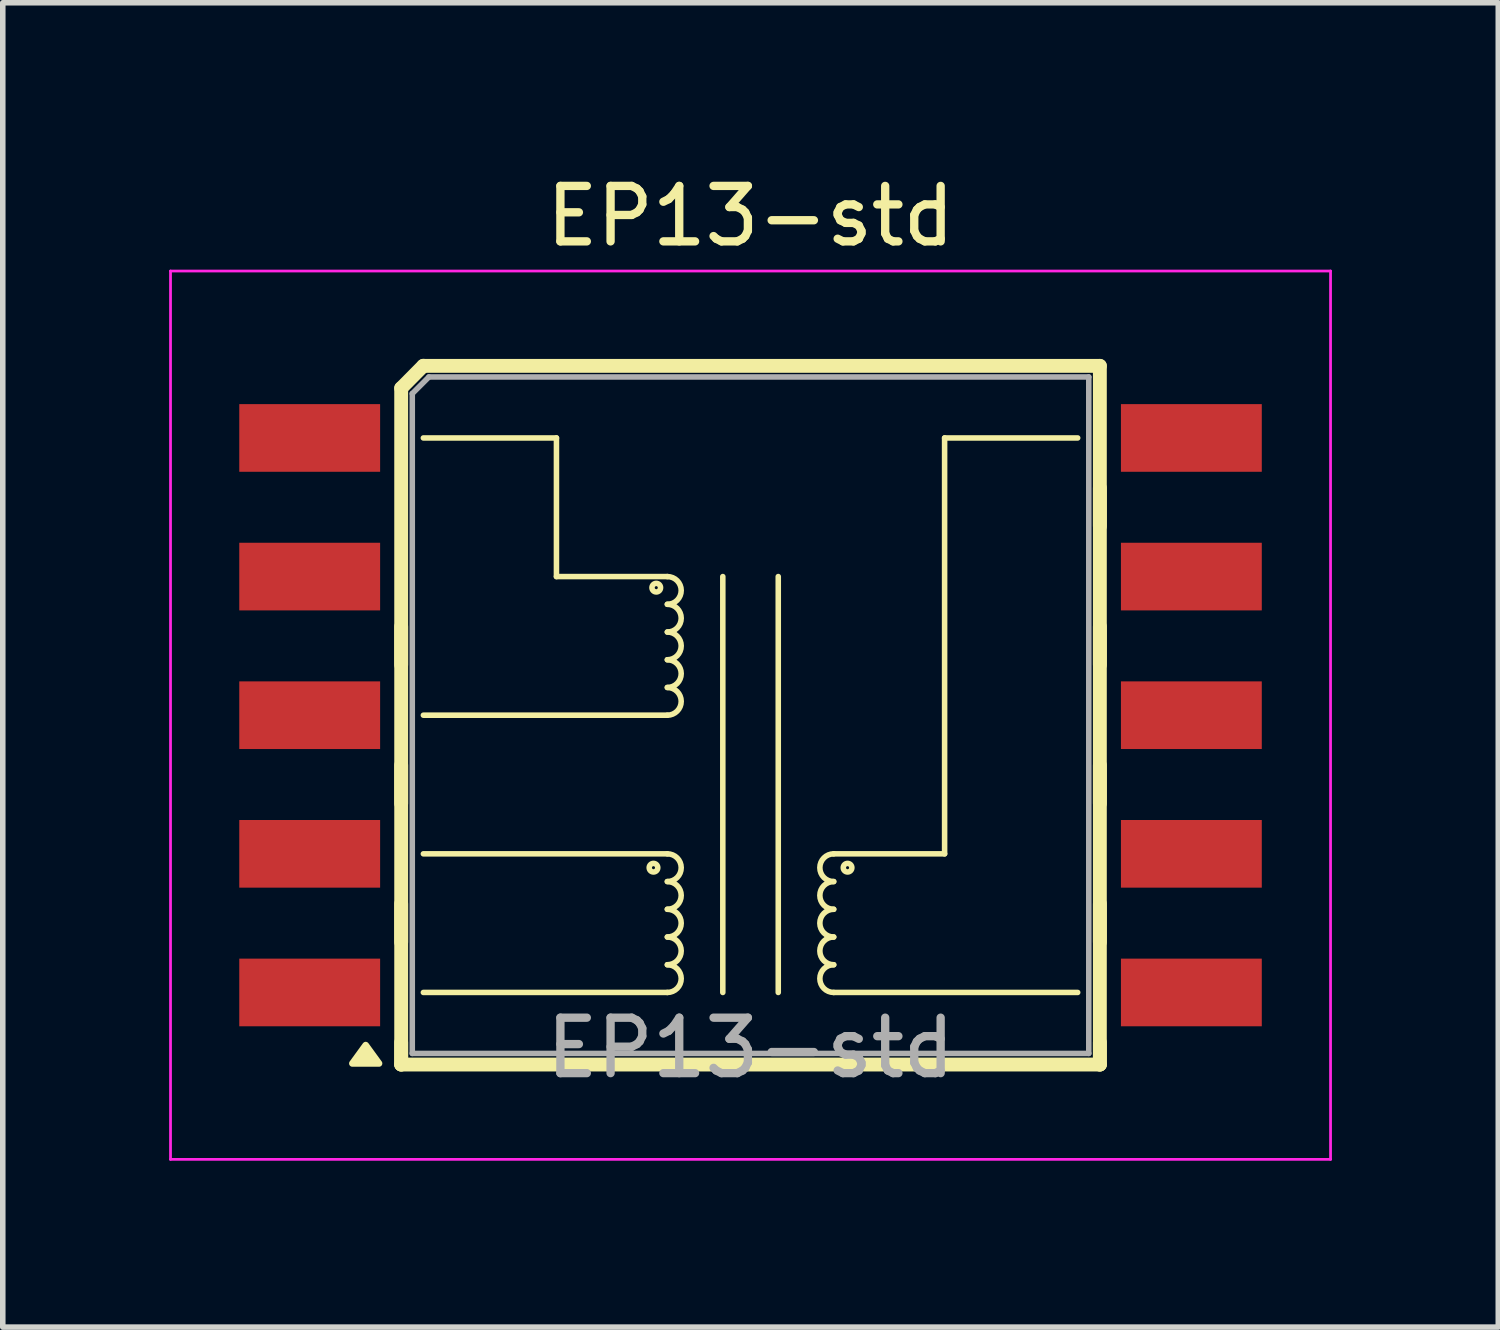
<source format=kicad_pcb>
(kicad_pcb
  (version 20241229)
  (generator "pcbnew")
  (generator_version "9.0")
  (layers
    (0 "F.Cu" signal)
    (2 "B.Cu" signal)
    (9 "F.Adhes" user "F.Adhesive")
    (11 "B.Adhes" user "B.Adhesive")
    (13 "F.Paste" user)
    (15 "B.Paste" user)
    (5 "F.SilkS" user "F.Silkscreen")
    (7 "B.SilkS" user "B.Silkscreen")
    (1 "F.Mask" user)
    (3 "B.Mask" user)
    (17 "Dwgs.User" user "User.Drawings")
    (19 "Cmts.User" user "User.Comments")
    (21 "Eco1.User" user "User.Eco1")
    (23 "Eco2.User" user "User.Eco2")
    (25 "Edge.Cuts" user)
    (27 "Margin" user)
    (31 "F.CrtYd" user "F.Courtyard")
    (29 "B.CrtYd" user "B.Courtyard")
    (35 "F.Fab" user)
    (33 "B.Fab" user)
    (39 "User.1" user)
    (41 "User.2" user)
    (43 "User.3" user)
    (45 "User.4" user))
  (footprint "EP13-std"
    (layer "F.Cu")
    (at 10.485 9.848)
    (property "Reference" "EP13-std" (at 0 -9 0) (layer "F.SilkS") (effects (font (size 1 1) (thickness 0.15))))
    (attr smd)
    (fp_line (start -6.3 -0.907) (end -6.3 -1.6) (stroke (width 0.25) (type solid)) (layer "F.SilkS"))
    (fp_line (start -6.3 1.593) (end -6.3 0.9) (stroke (width 0.25) (type solid)) (layer "F.SilkS"))
    (fp_line (start -6.3 4.093) (end -6.3 3.4) (stroke (width 0.25) (type solid)) (layer "F.SilkS"))
    (fp_line (start -6.3 6.3) (end -6.3 -5.898) (stroke (width 0.25) (type solid)) (layer "F.SilkS"))
    (fp_line (start -6.3 6.3) (end -6.3 5.9) (stroke (width 0.25) (type solid)) (layer "F.SilkS"))
    (fp_line (start -5.9 -6.302) (end -6.3 -5.898) (stroke (width 0.25) (type solid)) (layer "F.SilkS"))
    (fp_line (start -5.9 -6.3) (end 6.3 -6.3) (stroke (width 0.25) (type solid)) (layer "F.SilkS"))
    (fp_line (start -5.9 -5) (end -3.5 -5) (stroke (width 0.1) (type default)) (layer "F.SilkS"))
    (fp_line (start -3.5 -5) (end -3.5 -2.5) (stroke (width 0.1) (type default)) (layer "F.SilkS"))
    (fp_line (start -1.5 -2.5) (end -3.5 -2.5) (stroke (width 0.1) (type default)) (layer "F.SilkS"))
    (fp_line (start -1.5 0) (end -5.9 0) (stroke (width 0.1) (type default)) (layer "F.SilkS"))
    (fp_line (start -1.5 2.5) (end -5.9 2.5) (stroke (width 0.1) (type default)) (layer "F.SilkS"))
    (fp_line (start -1.5 5) (end -5.9 5) (stroke (width 0.1) (type default)) (layer "F.SilkS"))
    (fp_line (start -0.5 -2.5) (end -0.5 5) (stroke (width 0.1) (type default)) (layer "F.SilkS"))
    (fp_line (start 0.5 -2.5) (end 0.5 5) (stroke (width 0.1) (type default)) (layer "F.SilkS"))
    (fp_line (start 3.5 -5) (end 3.5 2.5) (stroke (width 0.1) (type default)) (layer "F.SilkS"))
    (fp_line (start 3.5 2.5) (end 1.5 2.5) (stroke (width 0.1) (type default)) (layer "F.SilkS"))
    (fp_line (start 5.9 -5) (end 3.5 -5) (stroke (width 0.1) (type default)) (layer "F.SilkS"))
    (fp_line (start 5.9 5) (end 1.5 5) (stroke (width 0.1) (type default)) (layer "F.SilkS"))
    (fp_line (start 6.3 -3.408) (end 6.3 -4.1) (stroke (width 0.25) (type solid)) (layer "F.SilkS"))
    (fp_line (start 6.3 -0.907) (end 6.3 -1.6) (stroke (width 0.25) (type solid)) (layer "F.SilkS"))
    (fp_line (start 6.3 1.593) (end 6.3 0.9) (stroke (width 0.25) (type solid)) (layer "F.SilkS"))
    (fp_line (start 6.3 4.093) (end 6.3 3.4) (stroke (width 0.25) (type solid)) (layer "F.SilkS"))
    (fp_line (start 6.3 5.9) (end 6.3 6.3) (stroke (width 0.25) (type solid)) (layer "F.SilkS"))
    (fp_line (start 6.3 6.3) (end -6.3 6.3) (stroke (width 0.25) (type solid)) (layer "F.SilkS"))
    (fp_line (start 6.3 6.3) (end 6.3 -6.3) (stroke (width 0.25) (type solid)) (layer "F.SilkS"))
    (fp_arc (start -1.5 -2.5) (mid -1.25 -2.25) (end -1.5 -2) (stroke (width 0.1) (type default)) (layer "F.SilkS"))
    (fp_arc (start -1.5 -2) (mid -1.25 -1.75) (end -1.5 -1.5) (stroke (width 0.1) (type default)) (layer "F.SilkS"))
    (fp_arc (start -1.5 -1.5) (mid -1.25 -1.25) (end -1.5 -1) (stroke (width 0.1) (type default)) (layer "F.SilkS"))
    (fp_arc (start -1.5 -1) (mid -1.25 -0.75) (end -1.5 -0.5) (stroke (width 0.1) (type default)) (layer "F.SilkS"))
    (fp_arc (start -1.5 -0.5) (mid -1.25 -0.25) (end -1.5 0) (stroke (width 0.1) (type default)) (layer "F.SilkS"))
    (fp_arc (start -1.5 2.5) (mid -1.25 2.75) (end -1.5 3) (stroke (width 0.1) (type default)) (layer "F.SilkS"))
    (fp_arc (start -1.5 3) (mid -1.25 3.25) (end -1.5 3.5) (stroke (width 0.1) (type default)) (layer "F.SilkS"))
    (fp_arc (start -1.5 3.5) (mid -1.25 3.75) (end -1.5 4) (stroke (width 0.1) (type default)) (layer "F.SilkS"))
    (fp_arc (start -1.5 4) (mid -1.25 4.25) (end -1.5 4.5) (stroke (width 0.1) (type default)) (layer "F.SilkS"))
    (fp_arc (start -1.5 4.5) (mid -1.25 4.75) (end -1.5 5) (stroke (width 0.1) (type default)) (layer "F.SilkS"))
    (fp_arc (start 1.5 2.999999) (mid 1.250001 2.75) (end 1.5 2.5) (stroke (width 0.1) (type default)) (layer "F.SilkS"))
    (fp_arc (start 1.5 3.5) (mid 1.25 3.25) (end 1.5 2.999999) (stroke (width 0.1) (type default)) (layer "F.SilkS"))
    (fp_arc (start 1.5 4) (mid 1.250001 3.750001) (end 1.5 3.5) (stroke (width 0.1) (type default)) (layer "F.SilkS"))
    (fp_arc (start 1.5 4.500001) (mid 1.249999 4.25) (end 1.5 4) (stroke (width 0.1) (type default)) (layer "F.SilkS"))
    (fp_arc (start 1.5 5) (mid 1.25 4.75) (end 1.5 4.500001) (stroke (width 0.1) (type default)) (layer "F.SilkS"))
    (fp_circle (center -1.75 2.75) (end -1.759 2.827) (stroke (width 0.1) (type default)) (fill no) (layer "F.SilkS"))
    (fp_circle (center -1.7 -2.3) (end -1.709 -2.223) (stroke (width 0.1) (type default)) (fill no) (layer "F.SilkS"))
    (fp_circle (center 1.75 2.75) (end 1.759 2.673) (stroke (width 0.1) (type default)) (fill no) (layer "F.SilkS"))
    (fp_poly (pts (xy -6.94 5.95) (xy -6.7 6.28) (xy -7.18 6.28) (xy -6.94 5.95)) (stroke (width 0.12) (type solid)) (fill yes) (layer "F.SilkS"))
    (fp_line (start -10.46 -8.01) (end -10.46 8.01) (stroke (width 0.05) (type solid)) (layer "F.CrtYd"))
    (fp_line (start -10.46 8.01) (end 10.46 8.01) (stroke (width 0.05) (type solid)) (layer "F.CrtYd"))
    (fp_line (start 10.46 -8.01) (end -10.46 -8.01) (stroke (width 0.05) (type solid)) (layer "F.CrtYd"))
    (fp_line (start 10.46 -8.01) (end 10.46 8.01) (stroke (width 0.05) (type solid)) (layer "F.CrtYd"))
    (fp_line (start -6.1 -5.8) (end -6.1 6.1) (stroke (width 0.1) (type solid)) (layer "F.Fab"))
    (fp_line (start -6.1 -5.8) (end -5.8 -6.1) (stroke (width 0.1) (type solid)) (layer "F.Fab"))
    (fp_line (start -6.1 6.1) (end 6.1 6.1) (stroke (width 0.1) (type solid)) (layer "F.Fab"))
    (fp_line (start -5.8 -6.1) (end 6.1 -6.1) (stroke (width 0.1) (type solid)) (layer "F.Fab"))
    (fp_line (start 6.1 6.1) (end 6.1 -6.1) (stroke (width 0.1) (type solid)) (layer "F.Fab"))
    (fp_text user "${REFERENCE}" (at 0 6 180) (layer "F.Fab") (effects (font (size 1 1) (thickness 0.15))))
    (pad "1" smd rect (at -7.95 5 180) (size 2.54 1.22) (layers "F.Cu" "F.Mask" "F.Paste"))
    (pad "2" smd rect (at -7.95 2.5 180) (size 2.54 1.22) (layers "F.Cu" "F.Mask" "F.Paste"))
    (pad "3" smd rect (at -7.95 0 180) (size 2.54 1.22) (layers "F.Cu" "F.Mask" "F.Paste"))
    (pad "4" smd rect (at -7.95 -2.5 180) (size 2.54 1.22) (layers "F.Cu" "F.Mask" "F.Paste"))
    (pad "5" smd rect (at -7.95 -5 180) (size 2.54 1.22) (layers "F.Cu" "F.Mask" "F.Paste"))
    (pad "6" smd rect (at 7.95 -5 180) (size 2.54 1.22) (layers "F.Cu" "F.Mask" "F.Paste"))
    (pad "7" smd rect (at 7.95 -2.5 180) (size 2.54 1.22) (layers "F.Cu" "F.Mask" "F.Paste"))
    (pad "8" smd rect (at 7.95 0 180) (size 2.54 1.22) (layers "F.Cu" "F.Mask" "F.Paste"))
    (pad "9" smd rect (at 7.95 2.5 180) (size 2.54 1.22) (layers "F.Cu" "F.Mask" "F.Paste"))
    (pad "10" smd rect (at 7.95 5 180) (size 2.54 1.22) (layers "F.Cu" "F.Mask" "F.Paste")))
  (gr_rect
    (start -3 -3)
    (end 23.97 20.883)
    (stroke (width 0.1) (type default))
    (fill no)
    (layer "Edge.Cuts")))
</source>
